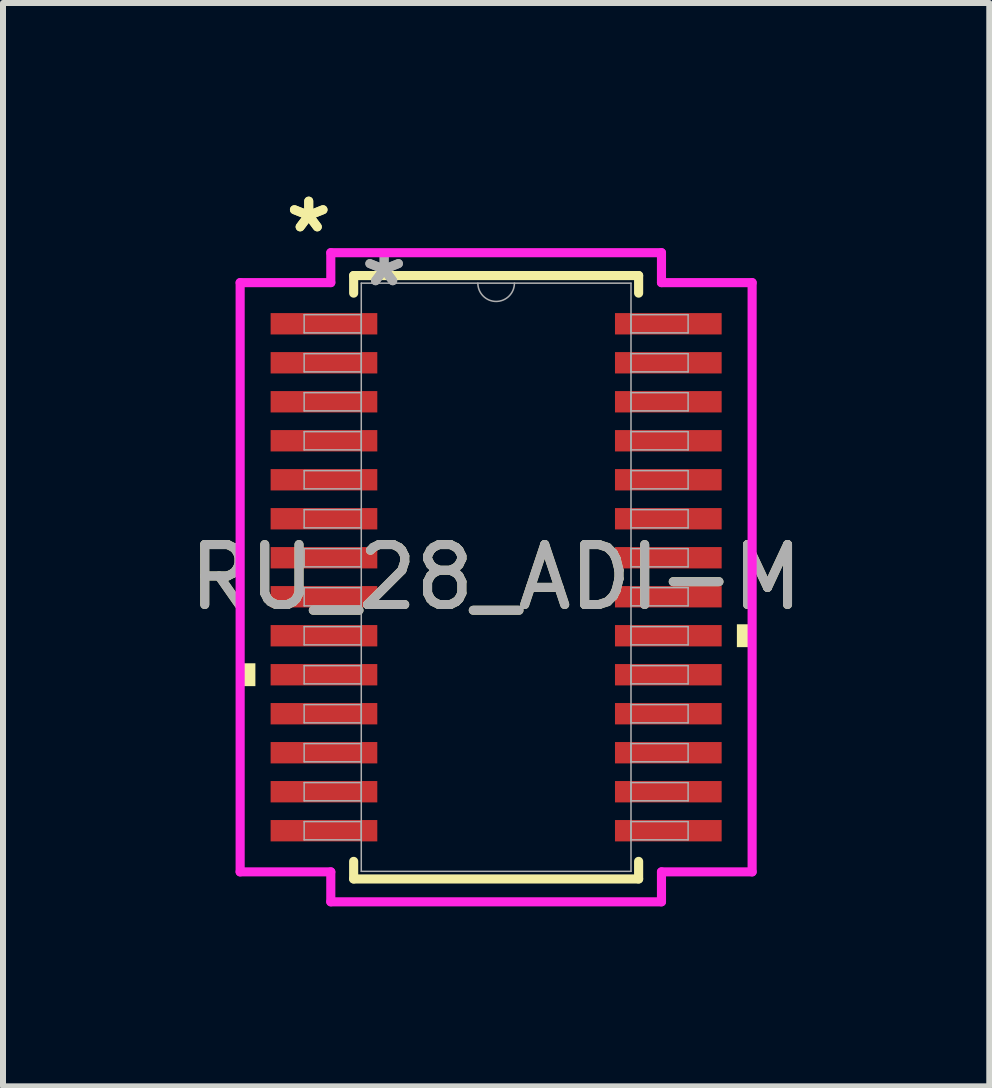
<source format=kicad_pcb>
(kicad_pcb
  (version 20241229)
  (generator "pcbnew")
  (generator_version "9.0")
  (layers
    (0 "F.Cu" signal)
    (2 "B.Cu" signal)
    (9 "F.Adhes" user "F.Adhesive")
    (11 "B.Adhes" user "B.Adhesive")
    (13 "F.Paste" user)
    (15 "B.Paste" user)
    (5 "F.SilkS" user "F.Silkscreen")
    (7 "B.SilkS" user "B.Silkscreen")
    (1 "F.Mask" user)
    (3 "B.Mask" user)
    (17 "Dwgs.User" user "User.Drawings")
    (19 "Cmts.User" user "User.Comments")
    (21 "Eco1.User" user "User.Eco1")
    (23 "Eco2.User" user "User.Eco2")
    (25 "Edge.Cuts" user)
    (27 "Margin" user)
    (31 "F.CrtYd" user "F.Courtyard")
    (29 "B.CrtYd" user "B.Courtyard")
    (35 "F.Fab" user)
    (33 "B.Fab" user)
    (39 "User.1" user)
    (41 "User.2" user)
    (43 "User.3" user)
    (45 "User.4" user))
  (footprint "RU_28_ADI-M"
    (layer "F.Cu")
    (at 5.22 6.572)
    (property "Reference" "RU_28_ADI-M" (at 0 0 0) (unlocked yes) (layer "F.SilkS") (effects (font (size 1 1) (thickness 0.15))))
    (attr smd)
    (fp_line (start -2.375 -5.029) (end -2.375 -4.736) (stroke (width 0.152) (type solid)) (layer "F.SilkS"))
    (fp_line (start -2.375 4.736) (end -2.375 5.029) (stroke (width 0.152) (type solid)) (layer "F.SilkS"))
    (fp_line (start -2.375 5.029) (end 2.375 5.029) (stroke (width 0.152) (type solid)) (layer "F.SilkS"))
    (fp_line (start 2.375 -5.029) (end -2.375 -5.029) (stroke (width 0.152) (type solid)) (layer "F.SilkS"))
    (fp_line (start 2.375 -4.736) (end 2.375 -5.029) (stroke (width 0.152) (type solid)) (layer "F.SilkS"))
    (fp_line (start 2.375 5.029) (end 2.375 4.736) (stroke (width 0.152) (type solid)) (layer "F.SilkS"))
    (fp_poly (pts (xy -4.267 1.434) (xy -4.267 1.815) (xy -4.013 1.815) (xy -4.013 1.434)) (stroke (width 0) (type solid)) (fill yes) (layer "F.SilkS"))
    (fp_poly (pts (xy 4.267 0.784) (xy 4.267 1.165) (xy 4.013 1.165) (xy 4.013 0.784)) (stroke (width 0) (type solid)) (fill yes) (layer "F.SilkS"))
    (fp_line (start -4.267 -4.911) (end -2.756 -4.911) (stroke (width 0.152) (type solid)) (layer "F.CrtYd"))
    (fp_line (start -4.267 4.911) (end -4.267 -4.911) (stroke (width 0.152) (type solid)) (layer "F.CrtYd"))
    (fp_line (start -4.267 4.911) (end -2.756 4.911) (stroke (width 0.152) (type solid)) (layer "F.CrtYd"))
    (fp_line (start -2.756 -5.41) (end 2.756 -5.41) (stroke (width 0.152) (type solid)) (layer "F.CrtYd"))
    (fp_line (start -2.756 -4.911) (end -2.756 -5.41) (stroke (width 0.152) (type solid)) (layer "F.CrtYd"))
    (fp_line (start -2.756 5.41) (end -2.756 4.911) (stroke (width 0.152) (type solid)) (layer "F.CrtYd"))
    (fp_line (start 2.756 -5.41) (end 2.756 -4.911) (stroke (width 0.152) (type solid)) (layer "F.CrtYd"))
    (fp_line (start 2.756 4.911) (end 2.756 5.41) (stroke (width 0.152) (type solid)) (layer "F.CrtYd"))
    (fp_line (start 2.756 5.41) (end -2.756 5.41) (stroke (width 0.152) (type solid)) (layer "F.CrtYd"))
    (fp_line (start 4.267 -4.911) (end 2.756 -4.911) (stroke (width 0.152) (type solid)) (layer "F.CrtYd"))
    (fp_line (start 4.267 -4.911) (end 4.267 4.911) (stroke (width 0.152) (type solid)) (layer "F.CrtYd"))
    (fp_line (start 4.267 4.911) (end 2.756 4.911) (stroke (width 0.152) (type solid)) (layer "F.CrtYd"))
    (fp_line (start -3.2 -4.377) (end -3.2 -4.073) (stroke (width 0.025) (type solid)) (layer "F.Fab"))
    (fp_line (start -3.2 -4.073) (end -2.248 -4.073) (stroke (width 0.025) (type solid)) (layer "F.Fab"))
    (fp_line (start -3.2 -3.727) (end -3.2 -3.423) (stroke (width 0.025) (type solid)) (layer "F.Fab"))
    (fp_line (start -3.2 -3.423) (end -2.248 -3.423) (stroke (width 0.025) (type solid)) (layer "F.Fab"))
    (fp_line (start -3.2 -3.077) (end -3.2 -2.773) (stroke (width 0.025) (type solid)) (layer "F.Fab"))
    (fp_line (start -3.2 -2.773) (end -2.248 -2.773) (stroke (width 0.025) (type solid)) (layer "F.Fab"))
    (fp_line (start -3.2 -2.427) (end -3.2 -2.123) (stroke (width 0.025) (type solid)) (layer "F.Fab"))
    (fp_line (start -3.2 -2.123) (end -2.248 -2.123) (stroke (width 0.025) (type solid)) (layer "F.Fab"))
    (fp_line (start -3.2 -1.777) (end -3.2 -1.473) (stroke (width 0.025) (type solid)) (layer "F.Fab"))
    (fp_line (start -3.2 -1.473) (end -2.248 -1.473) (stroke (width 0.025) (type solid)) (layer "F.Fab"))
    (fp_line (start -3.2 -1.127) (end -3.2 -0.823) (stroke (width 0.025) (type solid)) (layer "F.Fab"))
    (fp_line (start -3.2 -0.823) (end -2.248 -0.823) (stroke (width 0.025) (type solid)) (layer "F.Fab"))
    (fp_line (start -3.2 -0.477) (end -3.2 -0.173) (stroke (width 0.025) (type solid)) (layer "F.Fab"))
    (fp_line (start -3.2 -0.173) (end -2.248 -0.173) (stroke (width 0.025) (type solid)) (layer "F.Fab"))
    (fp_line (start -3.2 0.173) (end -3.2 0.477) (stroke (width 0.025) (type solid)) (layer "F.Fab"))
    (fp_line (start -3.2 0.477) (end -2.248 0.477) (stroke (width 0.025) (type solid)) (layer "F.Fab"))
    (fp_line (start -3.2 0.823) (end -3.2 1.127) (stroke (width 0.025) (type solid)) (layer "F.Fab"))
    (fp_line (start -3.2 1.127) (end -2.248 1.127) (stroke (width 0.025) (type solid)) (layer "F.Fab"))
    (fp_line (start -3.2 1.473) (end -3.2 1.777) (stroke (width 0.025) (type solid)) (layer "F.Fab"))
    (fp_line (start -3.2 1.777) (end -2.248 1.777) (stroke (width 0.025) (type solid)) (layer "F.Fab"))
    (fp_line (start -3.2 2.123) (end -3.2 2.427) (stroke (width 0.025) (type solid)) (layer "F.Fab"))
    (fp_line (start -3.2 2.427) (end -2.248 2.427) (stroke (width 0.025) (type solid)) (layer "F.Fab"))
    (fp_line (start -3.2 2.773) (end -3.2 3.077) (stroke (width 0.025) (type solid)) (layer "F.Fab"))
    (fp_line (start -3.2 3.077) (end -2.248 3.077) (stroke (width 0.025) (type solid)) (layer "F.Fab"))
    (fp_line (start -3.2 3.423) (end -3.2 3.727) (stroke (width 0.025) (type solid)) (layer "F.Fab"))
    (fp_line (start -3.2 3.727) (end -2.248 3.727) (stroke (width 0.025) (type solid)) (layer "F.Fab"))
    (fp_line (start -3.2 4.073) (end -3.2 4.377) (stroke (width 0.025) (type solid)) (layer "F.Fab"))
    (fp_line (start -3.2 4.377) (end -2.248 4.377) (stroke (width 0.025) (type solid)) (layer "F.Fab"))
    (fp_line (start -2.248 -4.902) (end -2.248 4.902) (stroke (width 0.025) (type solid)) (layer "F.Fab"))
    (fp_line (start -2.248 -4.377) (end -3.2 -4.377) (stroke (width 0.025) (type solid)) (layer "F.Fab"))
    (fp_line (start -2.248 -4.073) (end -2.248 -4.377) (stroke (width 0.025) (type solid)) (layer "F.Fab"))
    (fp_line (start -2.248 -3.727) (end -3.2 -3.727) (stroke (width 0.025) (type solid)) (layer "F.Fab"))
    (fp_line (start -2.248 -3.423) (end -2.248 -3.727) (stroke (width 0.025) (type solid)) (layer "F.Fab"))
    (fp_line (start -2.248 -3.077) (end -3.2 -3.077) (stroke (width 0.025) (type solid)) (layer "F.Fab"))
    (fp_line (start -2.248 -2.773) (end -2.248 -3.077) (stroke (width 0.025) (type solid)) (layer "F.Fab"))
    (fp_line (start -2.248 -2.427) (end -3.2 -2.427) (stroke (width 0.025) (type solid)) (layer "F.Fab"))
    (fp_line (start -2.248 -2.123) (end -2.248 -2.427) (stroke (width 0.025) (type solid)) (layer "F.Fab"))
    (fp_line (start -2.248 -1.777) (end -3.2 -1.777) (stroke (width 0.025) (type solid)) (layer "F.Fab"))
    (fp_line (start -2.248 -1.473) (end -2.248 -1.777) (stroke (width 0.025) (type solid)) (layer "F.Fab"))
    (fp_line (start -2.248 -1.127) (end -3.2 -1.127) (stroke (width 0.025) (type solid)) (layer "F.Fab"))
    (fp_line (start -2.248 -0.823) (end -2.248 -1.127) (stroke (width 0.025) (type solid)) (layer "F.Fab"))
    (fp_line (start -2.248 -0.477) (end -3.2 -0.477) (stroke (width 0.025) (type solid)) (layer "F.Fab"))
    (fp_line (start -2.248 -0.173) (end -2.248 -0.477) (stroke (width 0.025) (type solid)) (layer "F.Fab"))
    (fp_line (start -2.248 0.173) (end -3.2 0.173) (stroke (width 0.025) (type solid)) (layer "F.Fab"))
    (fp_line (start -2.248 0.477) (end -2.248 0.173) (stroke (width 0.025) (type solid)) (layer "F.Fab"))
    (fp_line (start -2.248 0.823) (end -3.2 0.823) (stroke (width 0.025) (type solid)) (layer "F.Fab"))
    (fp_line (start -2.248 1.127) (end -2.248 0.823) (stroke (width 0.025) (type solid)) (layer "F.Fab"))
    (fp_line (start -2.248 1.473) (end -3.2 1.473) (stroke (width 0.025) (type solid)) (layer "F.Fab"))
    (fp_line (start -2.248 1.777) (end -2.248 1.473) (stroke (width 0.025) (type solid)) (layer "F.Fab"))
    (fp_line (start -2.248 2.123) (end -3.2 2.123) (stroke (width 0.025) (type solid)) (layer "F.Fab"))
    (fp_line (start -2.248 2.427) (end -2.248 2.123) (stroke (width 0.025) (type solid)) (layer "F.Fab"))
    (fp_line (start -2.248 2.773) (end -3.2 2.773) (stroke (width 0.025) (type solid)) (layer "F.Fab"))
    (fp_line (start -2.248 3.077) (end -2.248 2.773) (stroke (width 0.025) (type solid)) (layer "F.Fab"))
    (fp_line (start -2.248 3.423) (end -3.2 3.423) (stroke (width 0.025) (type solid)) (layer "F.Fab"))
    (fp_line (start -2.248 3.727) (end -2.248 3.423) (stroke (width 0.025) (type solid)) (layer "F.Fab"))
    (fp_line (start -2.248 4.073) (end -3.2 4.073) (stroke (width 0.025) (type solid)) (layer "F.Fab"))
    (fp_line (start -2.248 4.377) (end -2.248 4.073) (stroke (width 0.025) (type solid)) (layer "F.Fab"))
    (fp_line (start -2.248 4.902) (end 2.248 4.902) (stroke (width 0.025) (type solid)) (layer "F.Fab"))
    (fp_line (start 2.248 -4.902) (end -2.248 -4.902) (stroke (width 0.025) (type solid)) (layer "F.Fab"))
    (fp_line (start 2.248 -4.377) (end 2.248 -4.073) (stroke (width 0.025) (type solid)) (layer "F.Fab"))
    (fp_line (start 2.248 -4.073) (end 3.2 -4.073) (stroke (width 0.025) (type solid)) (layer "F.Fab"))
    (fp_line (start 2.248 -3.727) (end 2.248 -3.423) (stroke (width 0.025) (type solid)) (layer "F.Fab"))
    (fp_line (start 2.248 -3.423) (end 3.2 -3.423) (stroke (width 0.025) (type solid)) (layer "F.Fab"))
    (fp_line (start 2.248 -3.077) (end 2.248 -2.773) (stroke (width 0.025) (type solid)) (layer "F.Fab"))
    (fp_line (start 2.248 -2.773) (end 3.2 -2.773) (stroke (width 0.025) (type solid)) (layer "F.Fab"))
    (fp_line (start 2.248 -2.427) (end 2.248 -2.123) (stroke (width 0.025) (type solid)) (layer "F.Fab"))
    (fp_line (start 2.248 -2.123) (end 3.2 -2.123) (stroke (width 0.025) (type solid)) (layer "F.Fab"))
    (fp_line (start 2.248 -1.777) (end 2.248 -1.473) (stroke (width 0.025) (type solid)) (layer "F.Fab"))
    (fp_line (start 2.248 -1.473) (end 3.2 -1.473) (stroke (width 0.025) (type solid)) (layer "F.Fab"))
    (fp_line (start 2.248 -1.127) (end 2.248 -0.823) (stroke (width 0.025) (type solid)) (layer "F.Fab"))
    (fp_line (start 2.248 -0.823) (end 3.2 -0.823) (stroke (width 0.025) (type solid)) (layer "F.Fab"))
    (fp_line (start 2.248 -0.477) (end 2.248 -0.173) (stroke (width 0.025) (type solid)) (layer "F.Fab"))
    (fp_line (start 2.248 -0.173) (end 3.2 -0.173) (stroke (width 0.025) (type solid)) (layer "F.Fab"))
    (fp_line (start 2.248 0.173) (end 2.248 0.477) (stroke (width 0.025) (type solid)) (layer "F.Fab"))
    (fp_line (start 2.248 0.477) (end 3.2 0.477) (stroke (width 0.025) (type solid)) (layer "F.Fab"))
    (fp_line (start 2.248 0.823) (end 2.248 1.127) (stroke (width 0.025) (type solid)) (layer "F.Fab"))
    (fp_line (start 2.248 1.127) (end 3.2 1.127) (stroke (width 0.025) (type solid)) (layer "F.Fab"))
    (fp_line (start 2.248 1.473) (end 2.248 1.777) (stroke (width 0.025) (type solid)) (layer "F.Fab"))
    (fp_line (start 2.248 1.777) (end 3.2 1.777) (stroke (width 0.025) (type solid)) (layer "F.Fab"))
    (fp_line (start 2.248 2.123) (end 2.248 2.427) (stroke (width 0.025) (type solid)) (layer "F.Fab"))
    (fp_line (start 2.248 2.427) (end 3.2 2.427) (stroke (width 0.025) (type solid)) (layer "F.Fab"))
    (fp_line (start 2.248 2.773) (end 2.248 3.077) (stroke (width 0.025) (type solid)) (layer "F.Fab"))
    (fp_line (start 2.248 3.077) (end 3.2 3.077) (stroke (width 0.025) (type solid)) (layer "F.Fab"))
    (fp_line (start 2.248 3.423) (end 2.248 3.727) (stroke (width 0.025) (type solid)) (layer "F.Fab"))
    (fp_line (start 2.248 3.727) (end 3.2 3.727) (stroke (width 0.025) (type solid)) (layer "F.Fab"))
    (fp_line (start 2.248 4.073) (end 2.248 4.377) (stroke (width 0.025) (type solid)) (layer "F.Fab"))
    (fp_line (start 2.248 4.377) (end 3.2 4.377) (stroke (width 0.025) (type solid)) (layer "F.Fab"))
    (fp_line (start 2.248 4.902) (end 2.248 -4.902) (stroke (width 0.025) (type solid)) (layer "F.Fab"))
    (fp_line (start 3.2 -4.377) (end 2.248 -4.377) (stroke (width 0.025) (type solid)) (layer "F.Fab"))
    (fp_line (start 3.2 -4.073) (end 3.2 -4.377) (stroke (width 0.025) (type solid)) (layer "F.Fab"))
    (fp_line (start 3.2 -3.727) (end 2.248 -3.727) (stroke (width 0.025) (type solid)) (layer "F.Fab"))
    (fp_line (start 3.2 -3.423) (end 3.2 -3.727) (stroke (width 0.025) (type solid)) (layer "F.Fab"))
    (fp_line (start 3.2 -3.077) (end 2.248 -3.077) (stroke (width 0.025) (type solid)) (layer "F.Fab"))
    (fp_line (start 3.2 -2.773) (end 3.2 -3.077) (stroke (width 0.025) (type solid)) (layer "F.Fab"))
    (fp_line (start 3.2 -2.427) (end 2.248 -2.427) (stroke (width 0.025) (type solid)) (layer "F.Fab"))
    (fp_line (start 3.2 -2.123) (end 3.2 -2.427) (stroke (width 0.025) (type solid)) (layer "F.Fab"))
    (fp_line (start 3.2 -1.777) (end 2.248 -1.777) (stroke (width 0.025) (type solid)) (layer "F.Fab"))
    (fp_line (start 3.2 -1.473) (end 3.2 -1.777) (stroke (width 0.025) (type solid)) (layer "F.Fab"))
    (fp_line (start 3.2 -1.127) (end 2.248 -1.127) (stroke (width 0.025) (type solid)) (layer "F.Fab"))
    (fp_line (start 3.2 -0.823) (end 3.2 -1.127) (stroke (width 0.025) (type solid)) (layer "F.Fab"))
    (fp_line (start 3.2 -0.477) (end 2.248 -0.477) (stroke (width 0.025) (type solid)) (layer "F.Fab"))
    (fp_line (start 3.2 -0.173) (end 3.2 -0.477) (stroke (width 0.025) (type solid)) (layer "F.Fab"))
    (fp_line (start 3.2 0.173) (end 2.248 0.173) (stroke (width 0.025) (type solid)) (layer "F.Fab"))
    (fp_line (start 3.2 0.477) (end 3.2 0.173) (stroke (width 0.025) (type solid)) (layer "F.Fab"))
    (fp_line (start 3.2 0.823) (end 2.248 0.823) (stroke (width 0.025) (type solid)) (layer "F.Fab"))
    (fp_line (start 3.2 1.127) (end 3.2 0.823) (stroke (width 0.025) (type solid)) (layer "F.Fab"))
    (fp_line (start 3.2 1.473) (end 2.248 1.473) (stroke (width 0.025) (type solid)) (layer "F.Fab"))
    (fp_line (start 3.2 1.777) (end 3.2 1.473) (stroke (width 0.025) (type solid)) (layer "F.Fab"))
    (fp_line (start 3.2 2.123) (end 2.248 2.123) (stroke (width 0.025) (type solid)) (layer "F.Fab"))
    (fp_line (start 3.2 2.427) (end 3.2 2.123) (stroke (width 0.025) (type solid)) (layer "F.Fab"))
    (fp_line (start 3.2 2.773) (end 2.248 2.773) (stroke (width 0.025) (type solid)) (layer "F.Fab"))
    (fp_line (start 3.2 3.077) (end 3.2 2.773) (stroke (width 0.025) (type solid)) (layer "F.Fab"))
    (fp_line (start 3.2 3.423) (end 2.248 3.423) (stroke (width 0.025) (type solid)) (layer "F.Fab"))
    (fp_line (start 3.2 3.727) (end 3.2 3.423) (stroke (width 0.025) (type solid)) (layer "F.Fab"))
    (fp_line (start 3.2 4.073) (end 2.248 4.073) (stroke (width 0.025) (type solid)) (layer "F.Fab"))
    (fp_line (start 3.2 4.377) (end 3.2 4.073) (stroke (width 0.025) (type solid)) (layer "F.Fab"))
    (fp_arc (start 0.3048 -4.9022) (mid 0 -4.5974) (end -0.3048 -4.9022) (stroke (width 0.0254) (type solid)) (layer "F.Fab"))
    (fp_text user "*" (at -3.124 -5.724 0) (unlocked yes) (layer "F.SilkS") (effects (font (size 1 1) (thickness 0.15))))
    (fp_text user "*" (at -3.124 -5.724 0) (layer "F.SilkS") (effects (font (size 1 1) (thickness 0.15))))
    (fp_text user "*" (at -1.867 -4.826 0) (layer "F.Fab") (effects (font (size 1 1) (thickness 0.15))))
    (fp_text user "*" (at -1.867 -4.826 0) (unlocked yes) (layer "F.Fab") (effects (font (size 1 1) (thickness 0.15))))
    (fp_text user "${REFERENCE}" (at 0 0 0) (unlocked yes) (layer "F.Fab") (effects (font (size 1 1) (thickness 0.15))))
    (pad "1" smd rect (at -2.87 -4.225) (size 1.778 0.356) (layers "F.Cu" "F.Mask" "F.Paste"))
    (pad "2" smd rect (at -2.87 -3.575) (size 1.778 0.356) (layers "F.Cu" "F.Mask" "F.Paste"))
    (pad "3" smd rect (at -2.87 -2.925) (size 1.778 0.356) (layers "F.Cu" "F.Mask" "F.Paste"))
    (pad "4" smd rect (at -2.87 -2.275) (size 1.778 0.356) (layers "F.Cu" "F.Mask" "F.Paste"))
    (pad "5" smd rect (at -2.87 -1.625) (size 1.778 0.356) (layers "F.Cu" "F.Mask" "F.Paste"))
    (pad "6" smd rect (at -2.87 -0.975) (size 1.778 0.356) (layers "F.Cu" "F.Mask" "F.Paste"))
    (pad "7" smd rect (at -2.87 -0.325) (size 1.778 0.356) (layers "F.Cu" "F.Mask" "F.Paste"))
    (pad "8" smd rect (at -2.87 0.325) (size 1.778 0.356) (layers "F.Cu" "F.Mask" "F.Paste"))
    (pad "9" smd rect (at -2.87 0.975) (size 1.778 0.356) (layers "F.Cu" "F.Mask" "F.Paste"))
    (pad "10" smd rect (at -2.87 1.625) (size 1.778 0.356) (layers "F.Cu" "F.Mask" "F.Paste"))
    (pad "11" smd rect (at -2.87 2.275) (size 1.778 0.356) (layers "F.Cu" "F.Mask" "F.Paste"))
    (pad "12" smd rect (at -2.87 2.925) (size 1.778 0.356) (layers "F.Cu" "F.Mask" "F.Paste"))
    (pad "13" smd rect (at -2.87 3.575) (size 1.778 0.356) (layers "F.Cu" "F.Mask" "F.Paste"))
    (pad "14" smd rect (at -2.87 4.225) (size 1.778 0.356) (layers "F.Cu" "F.Mask" "F.Paste"))
    (pad "15" smd rect (at 2.87 4.225) (size 1.778 0.356) (layers "F.Cu" "F.Mask" "F.Paste"))
    (pad "16" smd rect (at 2.87 3.575) (size 1.778 0.356) (layers "F.Cu" "F.Mask" "F.Paste"))
    (pad "17" smd rect (at 2.87 2.925) (size 1.778 0.356) (layers "F.Cu" "F.Mask" "F.Paste"))
    (pad "18" smd rect (at 2.87 2.275) (size 1.778 0.356) (layers "F.Cu" "F.Mask" "F.Paste"))
    (pad "19" smd rect (at 2.87 1.625) (size 1.778 0.356) (layers "F.Cu" "F.Mask" "F.Paste"))
    (pad "20" smd rect (at 2.87 0.975) (size 1.778 0.356) (layers "F.Cu" "F.Mask" "F.Paste"))
    (pad "21" smd rect (at 2.87 0.325) (size 1.778 0.356) (layers "F.Cu" "F.Mask" "F.Paste"))
    (pad "22" smd rect (at 2.87 -0.325) (size 1.778 0.356) (layers "F.Cu" "F.Mask" "F.Paste"))
    (pad "23" smd rect (at 2.87 -0.975) (size 1.778 0.356) (layers "F.Cu" "F.Mask" "F.Paste"))
    (pad "24" smd rect (at 2.87 -1.625) (size 1.778 0.356) (layers "F.Cu" "F.Mask" "F.Paste"))
    (pad "25" smd rect (at 2.87 -2.275) (size 1.778 0.356) (layers "F.Cu" "F.Mask" "F.Paste"))
    (pad "26" smd rect (at 2.87 -2.925) (size 1.778 0.356) (layers "F.Cu" "F.Mask" "F.Paste"))
    (pad "27" smd rect (at 2.87 -3.575) (size 1.778 0.356) (layers "F.Cu" "F.Mask" "F.Paste"))
    (pad "28" smd rect (at 2.87 -4.225) (size 1.778 0.356) (layers "F.Cu" "F.Mask" "F.Paste")))
  (gr_rect
    (start -3 -3)
    (end 13.44 15.058)
    (stroke (width 0.1) (type default))
    (fill no)
    (layer "Edge.Cuts")))
</source>
